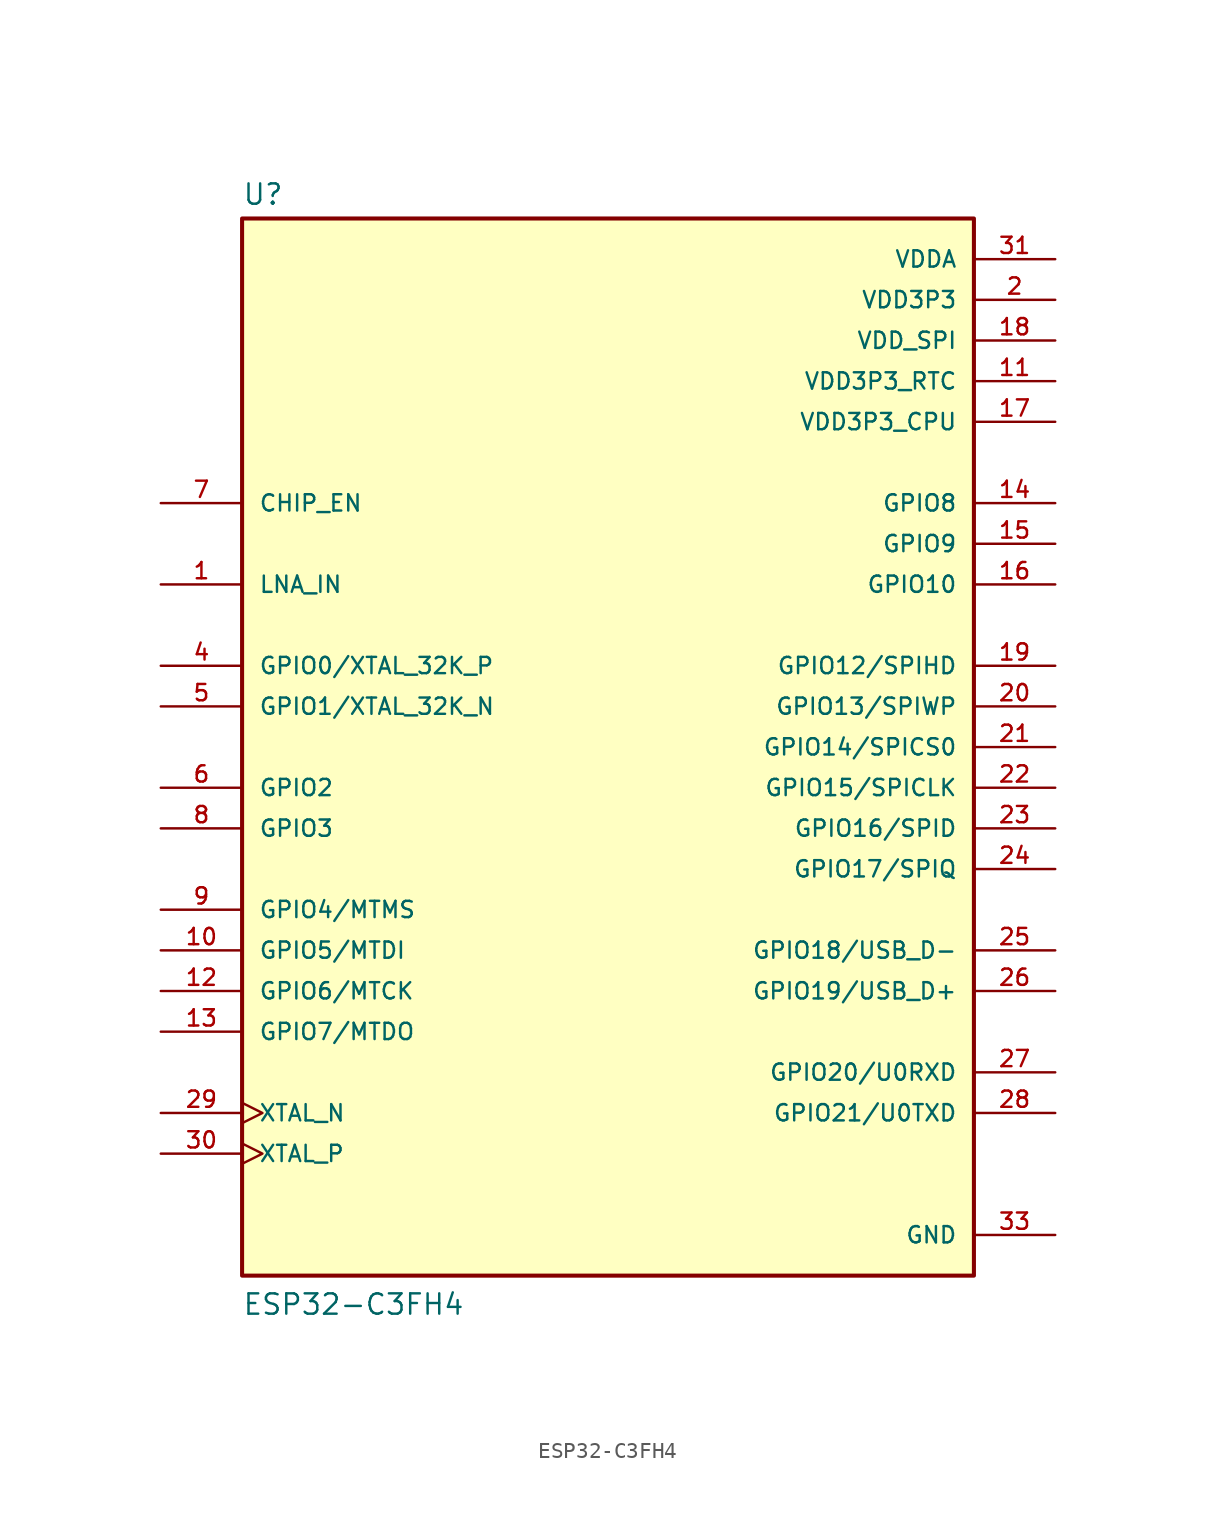
<source format=kicad_sym>
(kicad_symbol_lib
  (version 20211014)
  (generator kicad_symbol_editor)
  (symbol "ESP32-C3FH4"
    (pin_names
      (offset 1.016))
    (property "Reference" "U"
      (at -22.86 33.782 0)
      (effects (font (size 1.27 1.27)) (justify bottom left)))
    (property "Value" "ESP32-C3FH4"
      (at -22.86 -35.56 0)
      (effects (font (size 1.27 1.27)) (justify bottom left)))
    (symbol "ESP32-C3FH4_0_0"
      (rectangle (start -22.86 -33.02) (end 22.86 33.02) (stroke (width 0.254)) (fill (type background)))
      (pin input line (at -27.94 10.16 0) (length 5.08) (name "LNA_IN" (effects (font (size 1.016 1.016)))) (number "1" (effects (font (size 1.016 1.016)))))
      (pin power_in line (at 27.94 27.94 180.0) (length 5.08) (name "VDD3P3" (effects (font (size 1.016 1.016)))) (number "2" (effects (font (size 1.016 1.016)))))
      (pin power_in line (at 27.94 27.94 180.0) (length 5.08) hide (name "VDD3P3" (effects (font (size 1.016 1.016)))) (number "3" (effects (font (size 1.016 1.016)))))
      (pin bidirectional line (at -27.94 5.08 0) (length 5.08) (name "GPIO0/XTAL_32K_P" (effects (font (size 1.016 1.016)))) (number "4" (effects (font (size 1.016 1.016)))))
      (pin bidirectional line (at -27.94 2.54 0) (length 5.08) (name "GPIO1/XTAL_32K_N" (effects (font (size 1.016 1.016)))) (number "5" (effects (font (size 1.016 1.016)))))
      (pin bidirectional line (at -27.94 -2.54 0) (length 5.08) (name "GPIO2" (effects (font (size 1.016 1.016)))) (number "6" (effects (font (size 1.016 1.016)))))
      (pin input line (at -27.94 15.24 0) (length 5.08) (name "CHIP_EN" (effects (font (size 1.016 1.016)))) (number "7" (effects (font (size 1.016 1.016)))))
      (pin bidirectional line (at -27.94 -5.08 0) (length 5.08) (name "GPIO3" (effects (font (size 1.016 1.016)))) (number "8" (effects (font (size 1.016 1.016)))))
      (pin bidirectional line (at -27.94 -10.16 0) (length 5.08) (name "GPIO4/MTMS" (effects (font (size 1.016 1.016)))) (number "9" (effects (font (size 1.016 1.016)))))
      (pin bidirectional line (at -27.94 -12.7 0) (length 5.08) (name "GPIO5/MTDI" (effects (font (size 1.016 1.016)))) (number "10" (effects (font (size 1.016 1.016)))))
      (pin power_in line (at 27.94 22.86 180.0) (length 5.08) (name "VDD3P3_RTC" (effects (font (size 1.016 1.016)))) (number "11" (effects (font (size 1.016 1.016)))))
      (pin bidirectional line (at -27.94 -15.24 0) (length 5.08) (name "GPIO6/MTCK" (effects (font (size 1.016 1.016)))) (number "12" (effects (font (size 1.016 1.016)))))
      (pin bidirectional line (at -27.94 -17.78 0) (length 5.08) (name "GPIO7/MTDO" (effects (font (size 1.016 1.016)))) (number "13" (effects (font (size 1.016 1.016)))))
      (pin bidirectional line (at 27.94 15.24 180.0) (length 5.08) (name "GPIO8" (effects (font (size 1.016 1.016)))) (number "14" (effects (font (size 1.016 1.016)))))
      (pin bidirectional line (at 27.94 12.7 180.0) (length 5.08) (name "GPIO9" (effects (font (size 1.016 1.016)))) (number "15" (effects (font (size 1.016 1.016)))))
      (pin bidirectional line (at 27.94 10.16 180.0) (length 5.08) (name "GPIO10" (effects (font (size 1.016 1.016)))) (number "16" (effects (font (size 1.016 1.016)))))
      (pin power_in line (at 27.94 20.32 180.0) (length 5.08) (name "VDD3P3_CPU" (effects (font (size 1.016 1.016)))) (number "17" (effects (font (size 1.016 1.016)))))
      (pin power_in line (at 27.94 25.4 180.0) (length 5.08) (name "VDD_SPI" (effects (font (size 1.016 1.016)))) (number "18" (effects (font (size 1.016 1.016)))))
      (pin bidirectional line (at 27.94 5.08 180.0) (length 5.08) (name "GPIO12/SPIHD" (effects (font (size 1.016 1.016)))) (number "19" (effects (font (size 1.016 1.016)))))
      (pin bidirectional line (at 27.94 2.54 180.0) (length 5.08) (name "GPIO13/SPIWP" (effects (font (size 1.016 1.016)))) (number "20" (effects (font (size 1.016 1.016)))))
      (pin bidirectional line (at 27.94 0.0 180.0) (length 5.08) (name "GPIO14/SPICS0" (effects (font (size 1.016 1.016)))) (number "21" (effects (font (size 1.016 1.016)))))
      (pin bidirectional line (at 27.94 -2.54 180.0) (length 5.08) (name "GPIO15/SPICLK" (effects (font (size 1.016 1.016)))) (number "22" (effects (font (size 1.016 1.016)))))
      (pin bidirectional line (at 27.94 -5.08 180.0) (length 5.08) (name "GPIO16/SPID" (effects (font (size 1.016 1.016)))) (number "23" (effects (font (size 1.016 1.016)))))
      (pin bidirectional line (at 27.94 -7.62 180.0) (length 5.08) (name "GPIO17/SPIQ" (effects (font (size 1.016 1.016)))) (number "24" (effects (font (size 1.016 1.016)))))
      (pin bidirectional line (at 27.94 -12.7 180.0) (length 5.08) (name "GPIO18/USB_D-" (effects (font (size 1.016 1.016)))) (number "25" (effects (font (size 1.016 1.016)))))
      (pin bidirectional line (at 27.94 -15.24 180.0) (length 5.08) (name "GPIO19/USB_D+" (effects (font (size 1.016 1.016)))) (number "26" (effects (font (size 1.016 1.016)))))
      (pin bidirectional line (at 27.94 -20.32 180.0) (length 5.08) (name "GPIO20/U0RXD" (effects (font (size 1.016 1.016)))) (number "27" (effects (font (size 1.016 1.016)))))
      (pin bidirectional line (at 27.94 -22.86 180.0) (length 5.08) (name "GPIO21/U0TXD" (effects (font (size 1.016 1.016)))) (number "28" (effects (font (size 1.016 1.016)))))
      (pin input clock (at -27.94 -22.86 0) (length 5.08) (name "XTAL_N" (effects (font (size 1.016 1.016)))) (number "29" (effects (font (size 1.016 1.016)))))
      (pin input clock (at -27.94 -25.4 0) (length 5.08) (name "XTAL_P" (effects (font (size 1.016 1.016)))) (number "30" (effects (font (size 1.016 1.016)))))
      (pin power_in line (at 27.94 30.48 180.0) (length 5.08) (name "VDDA" (effects (font (size 1.016 1.016)))) (number "31" (effects (font (size 1.016 1.016)))))
      (pin power_in line (at 27.94 30.48 180.0) (length 5.08) hide (name "VDDA" (effects (font (size 1.016 1.016)))) (number "32" (effects (font (size 1.016 1.016)))))
      (pin power_in line (at 27.94 -30.48 180.0) (length 5.08) (name "GND" (effects (font (size 1.016 1.016)))) (number "33" (effects (font (size 1.016 1.016))))))))
</source>
